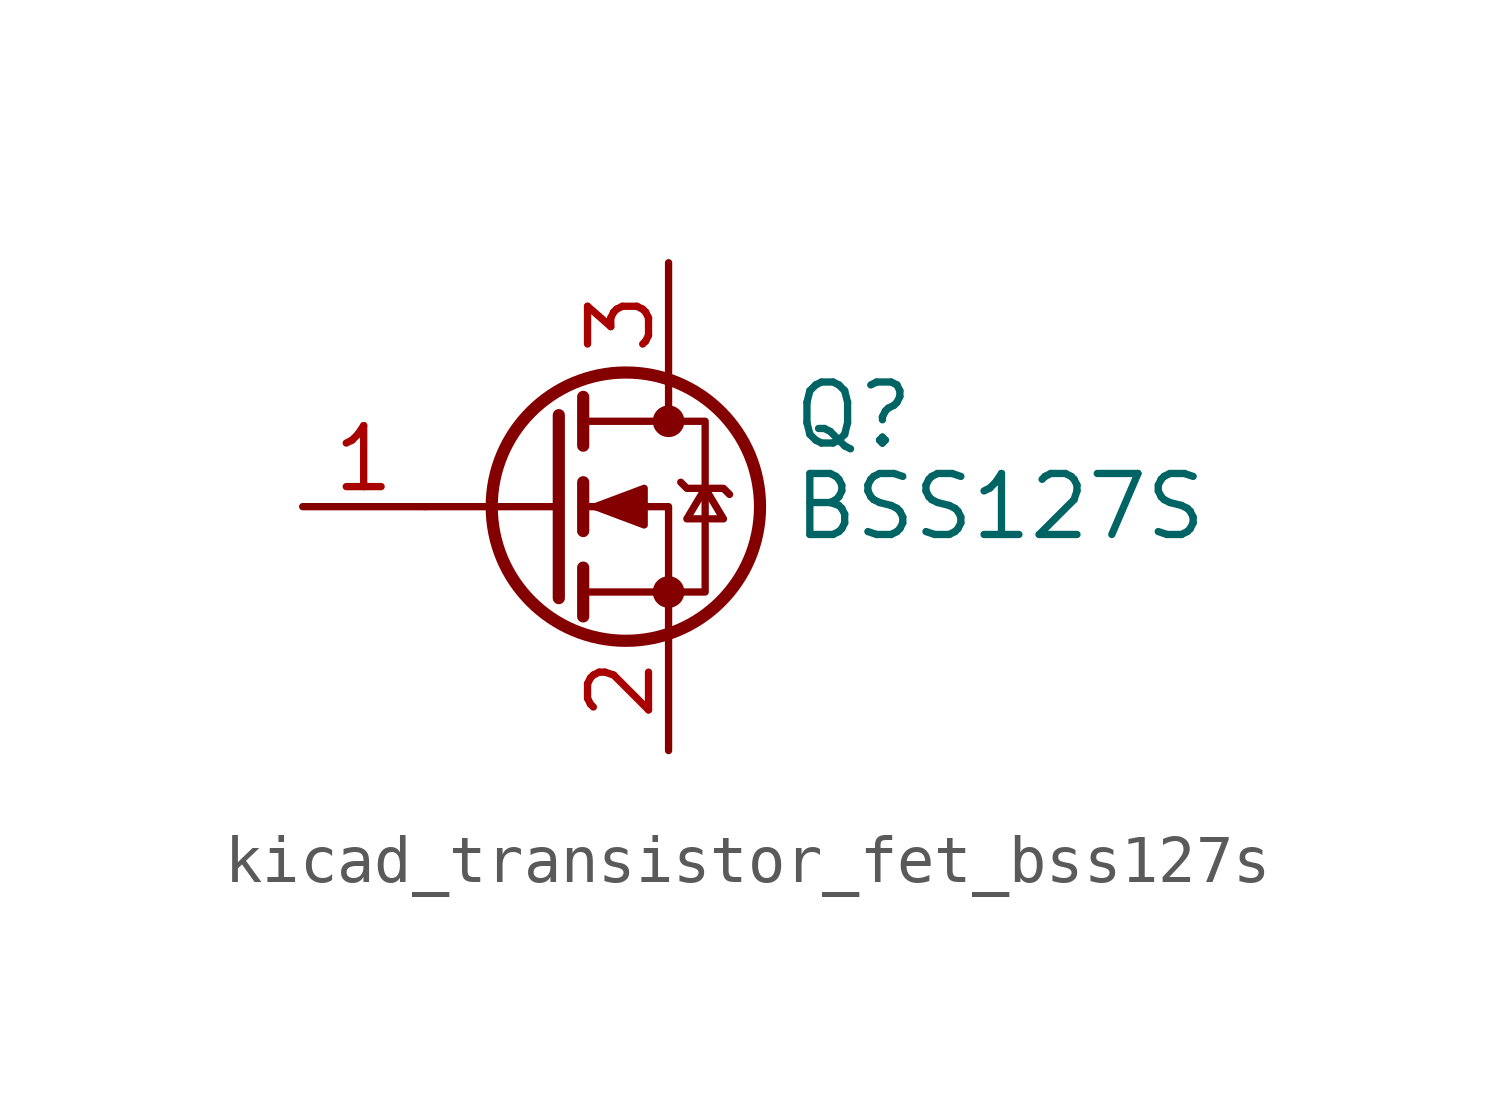
<source format=kicad_sym>
(kicad_symbol_lib
  (version 20220914)
  (generator kicad_symbol_editor)
  (symbol "kicad_transistor_fet_bss127s"
    (pin_names hide)
    (property "Reference" "Q"
      (at 5.08 1.905 0)
      (effects (font (size 1.27 1.27)) (justify left)))
    (property "Value" "BSS127S"
      (at 5.08 0 0)
      (effects (font (size 1.27 1.27)) (justify left)))
    (symbol "kicad_transistor_fet_bss127s_0_1"
      (polyline (pts (xy 0.254 0) (xy -2.54 0)) (stroke (width 0) (type default)) (fill (type none)))
      (polyline (pts (xy 0.254 1.905) (xy 0.254 -1.905)) (stroke (width 0.254) (type default)) (fill (type none)))
      (polyline (pts (xy 0.762 -1.27) (xy 0.762 -2.286)) (stroke (width 0.254) (type default)) (fill (type none)))
      (polyline (pts (xy 0.762 0.508) (xy 0.762 -0.508)) (stroke (width 0.254) (type default)) (fill (type none)))
      (polyline (pts (xy 0.762 2.286) (xy 0.762 1.27)) (stroke (width 0.254) (type default)) (fill (type none)))
      (polyline (pts (xy 2.54 2.54) (xy 2.54 1.778)) (stroke (width 0) (type default)) (fill (type none)))
      (polyline (pts (xy 2.54 -2.54) (xy 2.54 0) (xy 0.762 0)) (stroke (width 0) (type default)) (fill (type none)))
      (polyline (pts (xy 0.762 -1.778) (xy 3.302 -1.778) (xy 3.302 1.778) (xy 0.762 1.778)) (stroke (width 0) (type default)) (fill (type none)))
      (polyline (pts (xy 1.016 0) (xy 2.032 0.381) (xy 2.032 -0.381) (xy 1.016 0)) (stroke (width 0) (type default)) (fill (type outline)))
      (polyline (pts (xy 2.794 0.508) (xy 2.921 0.381) (xy 3.683 0.381) (xy 3.81 0.254)) (stroke (width 0) (type default)) (fill (type none)))
      (polyline (pts (xy 3.302 0.381) (xy 2.921 -0.254) (xy 3.683 -0.254) (xy 3.302 0.381)) (stroke (width 0) (type default)) (fill (type none)))
      (circle (center 1.651 0) (radius 2.794) (stroke (width 0.254) (type default)) (fill (type none)))
      (circle (center 2.54 -1.778) (radius 0.254) (stroke (width 0) (type default)) (fill (type outline)))
      (circle (center 2.54 1.778) (radius 0.254) (stroke (width 0) (type default)) (fill (type outline))))
    (symbol "kicad_transistor_fet_bss127s_1_1"
      (pin input line (at -5.08 0 0) (length 2.54) (name "G" (effects (font (size 1.27 1.27)))) (number "1" (effects (font (size 1.27 1.27)))))
      (pin passive line (at 2.54 -5.08 90) (length 2.54) (name "S" (effects (font (size 1.27 1.27)))) (number "2" (effects (font (size 1.27 1.27)))))
      (pin passive line (at 2.54 5.08 270) (length 2.54) (name "D" (effects (font (size 1.27 1.27)))) (number "3" (effects (font (size 1.27 1.27))))))))
</source>
